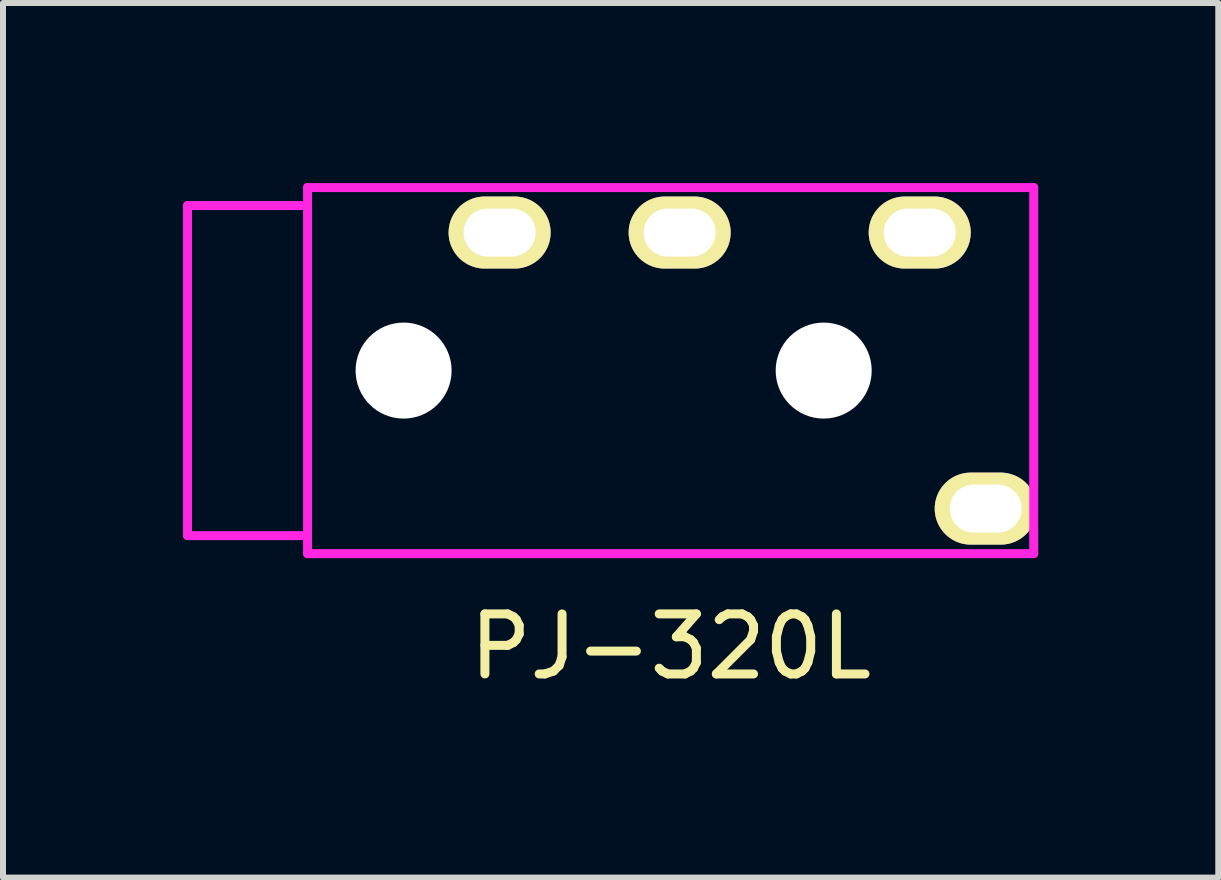
<source format=kicad_pcb>
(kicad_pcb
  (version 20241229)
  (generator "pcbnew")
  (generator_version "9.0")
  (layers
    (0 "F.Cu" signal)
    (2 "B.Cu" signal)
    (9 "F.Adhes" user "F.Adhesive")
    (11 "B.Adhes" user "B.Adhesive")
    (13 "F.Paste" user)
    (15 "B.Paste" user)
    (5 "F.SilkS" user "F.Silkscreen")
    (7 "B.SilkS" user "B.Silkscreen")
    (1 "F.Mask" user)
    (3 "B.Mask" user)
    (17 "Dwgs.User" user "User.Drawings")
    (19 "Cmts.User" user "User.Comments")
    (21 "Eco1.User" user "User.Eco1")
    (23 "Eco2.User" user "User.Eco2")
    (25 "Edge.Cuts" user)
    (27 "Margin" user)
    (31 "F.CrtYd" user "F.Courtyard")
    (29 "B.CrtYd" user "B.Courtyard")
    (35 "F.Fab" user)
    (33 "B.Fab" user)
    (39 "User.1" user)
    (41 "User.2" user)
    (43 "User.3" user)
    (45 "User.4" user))
  (footprint "PJ-320L"
    (layer "F.Cu")
    (at 8.125 3.125)
    (property "Reference" "PJ-320L" (at 0 4.6 0) (layer "F.SilkS") (effects (font (size 1 1) (thickness 0.15))))
    (attr through_hole)
    (fp_line (start -8.05 -2.75) (end -8.05 2.75) (stroke (width 0.15) (type solid)) (layer "F.CrtYd"))
    (fp_line (start -8.05 2.75) (end -6.05 2.75) (stroke (width 0.15) (type solid)) (layer "F.CrtYd"))
    (fp_line (start -6.05 -3.05) (end 6.05 -3.05) (stroke (width 0.15) (type solid)) (layer "F.CrtYd"))
    (fp_line (start -6.05 -2.75) (end -8.05 -2.75) (stroke (width 0.15) (type solid)) (layer "F.CrtYd"))
    (fp_line (start -6.05 3.05) (end -6.05 -3.05) (stroke (width 0.15) (type solid)) (layer "F.CrtYd"))
    (fp_line (start 6.05 -3.05) (end 6.05 3.05) (stroke (width 0.15) (type solid)) (layer "F.CrtYd"))
    (fp_line (start 6.05 3.05) (end -6.05 3.05) (stroke (width 0.15) (type solid)) (layer "F.CrtYd"))
    (pad "" np_thru_hole circle (at -4.45 0) (size 1.6 1.6) (drill 1.6) (layers "*.Cu" "*.Mask"))
    (pad "" np_thru_hole circle (at 2.55 0) (size 1.6 1.6) (drill 1.6) (layers "*.Cu" "*.Mask"))
    (pad "2" thru_hole oval (at -2.85 -2.3) (size 1.7 1.2) (drill oval 1.2 0.8) (layers "*.Cu" "*.Mask" "F.SilkS"))
    (pad "3" thru_hole oval (at 0.15 -2.3) (size 1.7 1.2) (drill oval 1.2 0.8) (layers "*.Cu" "*.Mask" "F.SilkS"))
    (pad "4" thru_hole oval (at 4.15 -2.3) (size 1.7 1.2) (drill oval 1.2 0.8) (layers "*.Cu" "*.Mask" "F.SilkS"))
    (pad "5" thru_hole oval (at 5.25 2.3) (size 1.7 1.2) (drill oval 1.2 0.8) (layers "*.Cu" "*.Mask" "F.SilkS")))
  (gr_rect
    (start -3 -3)
    (end 17.25 11.573)
    (stroke (width 0.1) (type default))
    (fill no)
    (layer "Edge.Cuts")))
</source>
